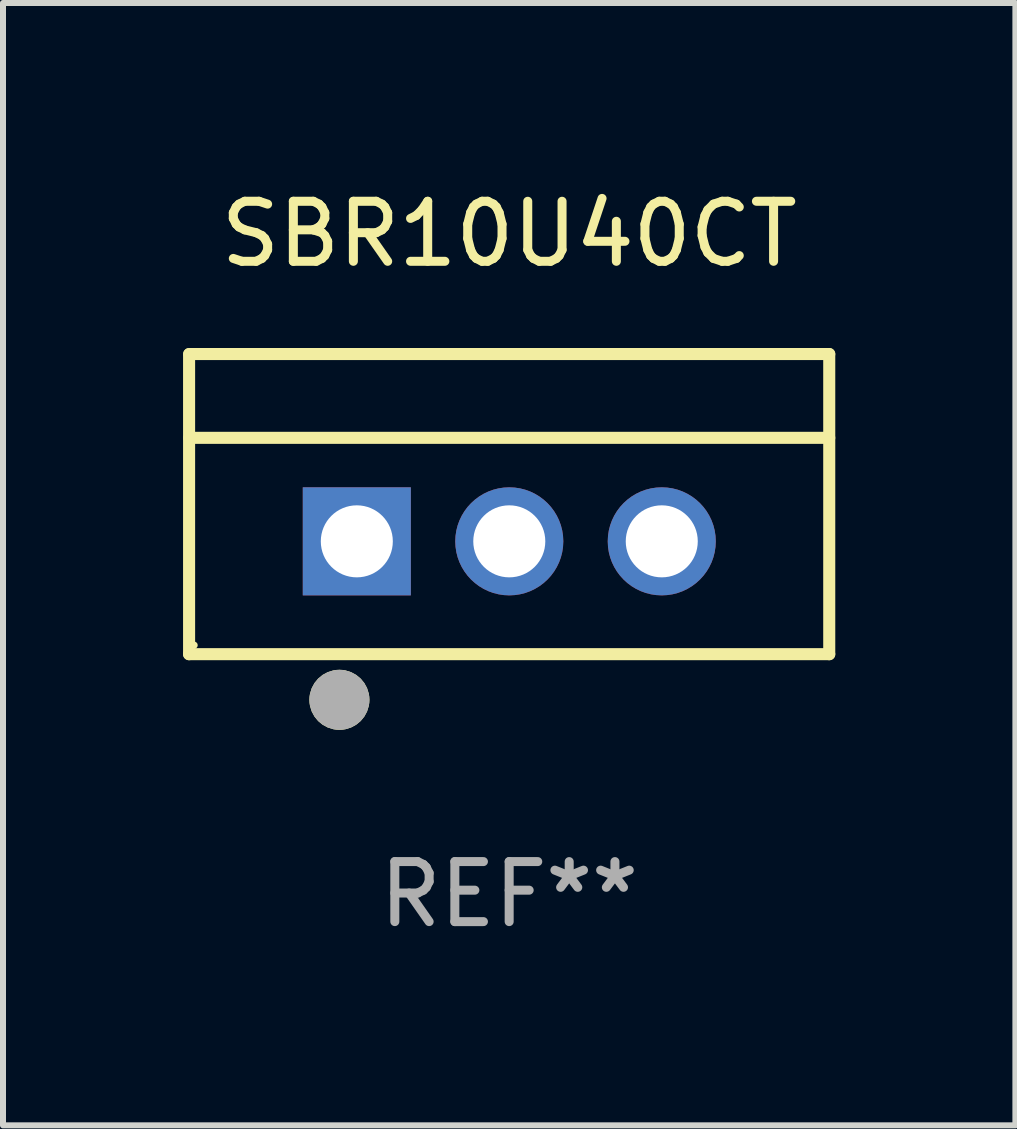
<source format=kicad_pcb>
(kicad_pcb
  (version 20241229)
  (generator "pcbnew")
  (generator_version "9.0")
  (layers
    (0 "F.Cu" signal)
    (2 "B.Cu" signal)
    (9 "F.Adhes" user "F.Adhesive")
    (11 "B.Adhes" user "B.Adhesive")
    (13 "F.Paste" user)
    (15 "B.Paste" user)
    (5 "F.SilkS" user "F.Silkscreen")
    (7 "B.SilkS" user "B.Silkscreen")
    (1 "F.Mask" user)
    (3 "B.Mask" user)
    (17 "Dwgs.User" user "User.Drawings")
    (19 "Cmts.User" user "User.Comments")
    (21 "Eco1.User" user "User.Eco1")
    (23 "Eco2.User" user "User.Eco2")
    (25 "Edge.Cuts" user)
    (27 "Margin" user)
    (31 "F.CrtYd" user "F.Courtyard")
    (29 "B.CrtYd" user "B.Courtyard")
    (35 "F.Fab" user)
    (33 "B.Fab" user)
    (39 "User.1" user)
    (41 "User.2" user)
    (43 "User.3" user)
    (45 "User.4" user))
  (footprint "SBR10U40CT"
    (layer "F.Cu")
    (at 5.432 5.348)
    (property "Reference" "SBR10U40CT" (at 0 -4.5 0) (layer "F.SilkS") (effects (font (size 1 1) (thickness 0.15))))
    (attr through_hole)
    (fp_line (start -5.332 2.5) (end -5.332 -2.5) (stroke (width 0.201) (type solid)) (layer "F.SilkS"))
    (fp_line (start -5.328 -2.5) (end 5.332 -2.5) (stroke (width 0.201) (type solid)) (layer "F.SilkS"))
    (fp_line (start -5.328 -1.104) (end 5.332 -1.104) (stroke (width 0.201) (type solid)) (layer "F.SilkS"))
    (fp_line (start 5.332 -2.5) (end 5.332 2.5) (stroke (width 0.201) (type solid)) (layer "F.SilkS"))
    (fp_line (start 5.332 2.5) (end -5.332 2.5) (stroke (width 0.201) (type solid)) (layer "F.SilkS"))
    (fp_circle (center -5.248 2.35) (end -5.218 2.35) (stroke (width 0.06) (type solid)) (fill no) (layer "F.SilkS"))
    (fp_circle (center -2.828 3.26) (end -2.578 3.26) (stroke (width 0.5) (type solid)) (fill no) (layer "F.SilkS"))
    (fp_circle (center -2.828 3.26) (end -2.578 3.26) (stroke (width 0.5) (type solid)) (fill no) (layer "F.Fab"))
    (fp_text user "REF**" (at 0 6.5 0) (layer "F.Fab") (effects (font (size 1 1) (thickness 0.15))))
    (pad "1" thru_hole rect (at -2.538 0.62) (size 1.8 1.8) (drill 1.2) (layers "*.Cu" "*.Mask"))
    (pad "2" thru_hole circle (at 0.002 0.62) (size 1.8 1.8) (drill 1.2) (layers "*.Cu" "*.Mask"))
    (pad "3" thru_hole circle (at 2.542 0.62) (size 1.8 1.8) (drill 1.2) (layers "*.Cu" "*.Mask")))
  (gr_rect
    (start -3 -3)
    (end 13.865 15.697)
    (stroke (width 0.1) (type default))
    (fill no)
    (layer "Edge.Cuts")))
</source>
